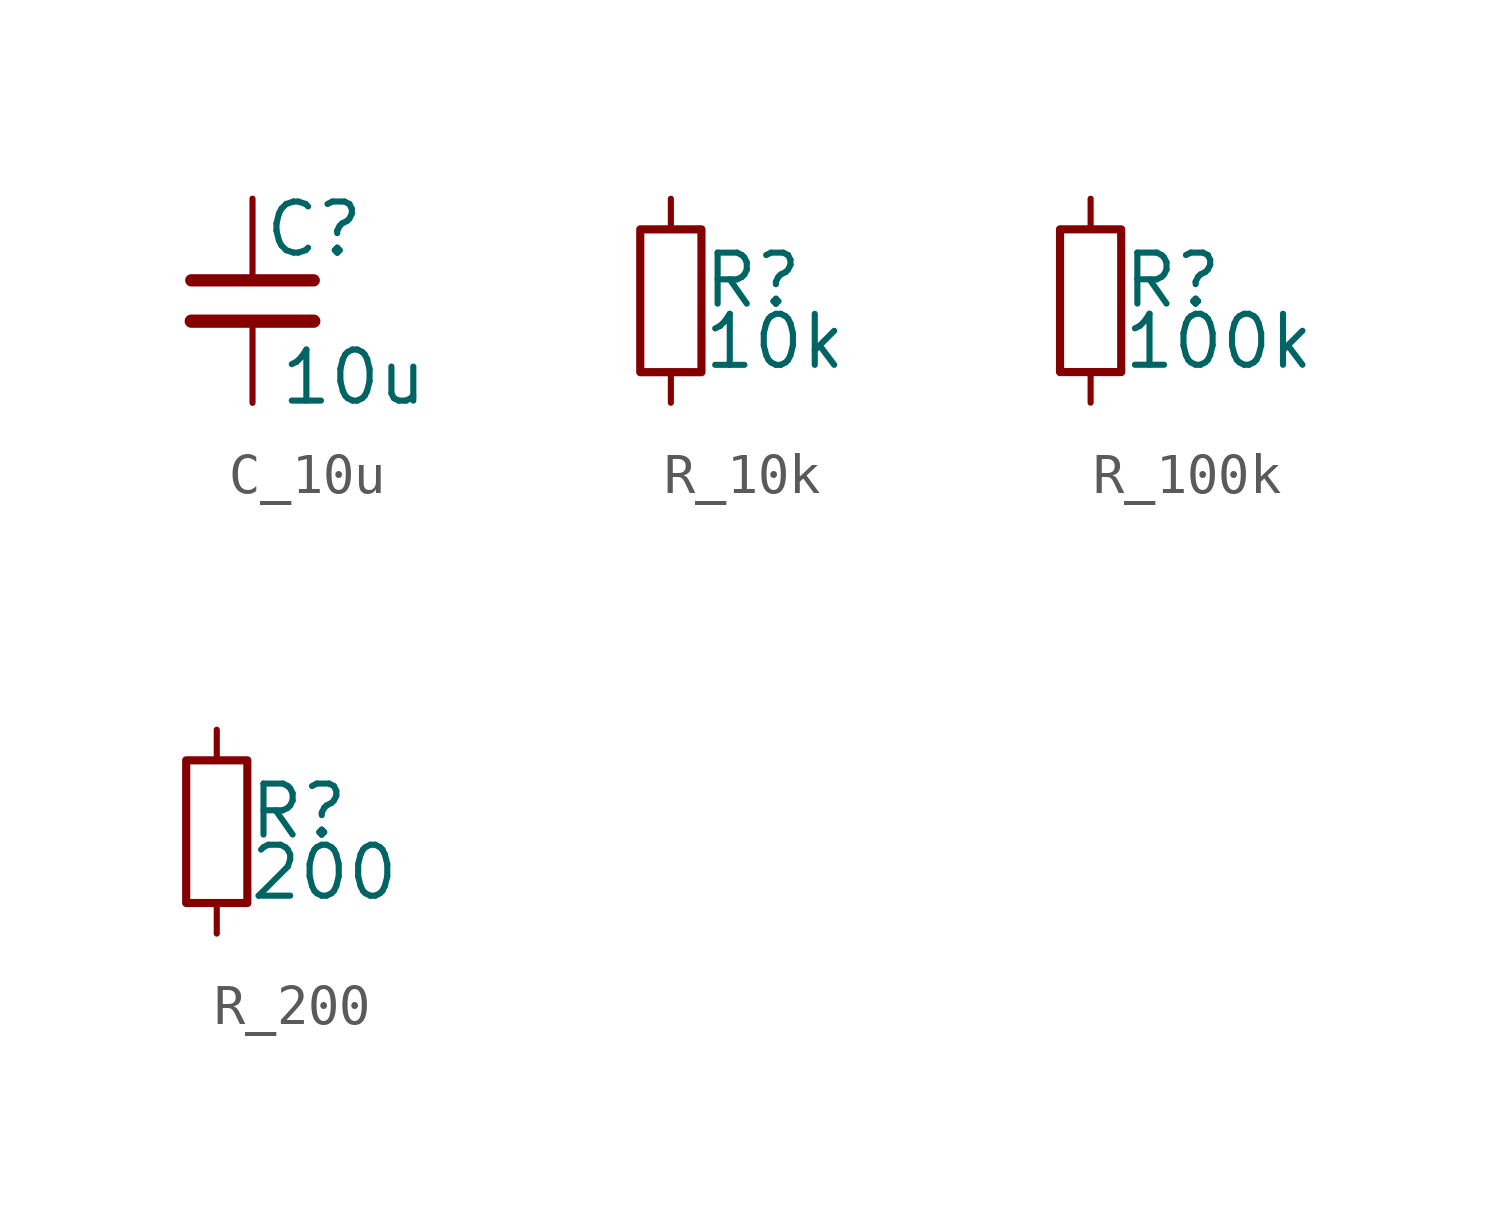
<source format=kicad_sym>
(kicad_symbol_lib
  (version 20241209)
  (generator "kicad_symbol_editor")
  (generator_version "9.0")
  (symbol "C_10u"
    (pin_numbers
      (hide yes))
    (pin_names
      (offset 0.254)
      (hide yes))
    (property "Reference" "C"
      (at 0.254 1.778 0)
      (effects (font (size 1.27 1.27)) (justify left)))
    (property "Value" "10u"
      (at 0.635 -1.905 0)
      (effects (font (size 1.27 1.27)) (justify left)))
    (symbol "C_10u_0_1"
      (polyline (pts (xy -1.524 0.508) (xy 1.524 0.508)) (stroke (width 0.305) (type default)) (fill (type none)))
      (polyline (pts (xy -1.524 -0.508) (xy 1.524 -0.508)) (stroke (width 0.33) (type default)) (fill (type none))))
    (symbol "C_10u_1_1"
      (pin passive line (at 0 2.54 270) (length 2.032) (name "~" (effects (font (size 1.27 1.27)))) (number "1" (effects (font (size 1.27 1.27)))))
      (pin passive line (at 0 -2.54 90) (length 2.032) (name "~" (effects (font (size 1.27 1.27)))) (number "2" (effects (font (size 1.27 1.27)))))))
  (symbol "R_10k"
    (pin_numbers
      (hide yes))
    (pin_names
      (offset 0.254)
      (hide yes))
    (property "Reference" "R"
      (at 0.762 0.508 0)
      (effects (font (size 1.27 1.27)) (justify left)))
    (property "Value" "10k"
      (at 0.762 -1.016 0)
      (effects (font (size 1.27 1.27)) (justify left)))
    (symbol "R_10k_0_1"
      (rectangle (start -0.762 1.778) (end 0.762 -1.778) (stroke (width 0.203) (type default)) (fill (type none))))
    (symbol "R_10k_1_1"
      (pin passive line (at 0 2.54 270) (length 0.762) (name "~" (effects (font (size 1.27 1.27)))) (number "1" (effects (font (size 1.27 1.27)))))
      (pin passive line (at 0 -2.54 90) (length 0.762) (name "~" (effects (font (size 1.27 1.27)))) (number "2" (effects (font (size 1.27 1.27)))))))
  (symbol "R_100k"
    (pin_numbers
      (hide yes))
    (pin_names
      (offset 0.254)
      (hide yes))
    (property "Reference" "R"
      (at 0.762 0.508 0)
      (effects (font (size 1.27 1.27)) (justify left)))
    (property "Value" "100k"
      (at 0.762 -1.016 0)
      (effects (font (size 1.27 1.27)) (justify left)))
    (symbol "R_100k_0_1"
      (rectangle (start -0.762 1.778) (end 0.762 -1.778) (stroke (width 0.203) (type default)) (fill (type none))))
    (symbol "R_100k_1_1"
      (pin passive line (at 0 2.54 270) (length 0.762) (name "~" (effects (font (size 1.27 1.27)))) (number "1" (effects (font (size 1.27 1.27)))))
      (pin passive line (at 0 -2.54 90) (length 0.762) (name "~" (effects (font (size 1.27 1.27)))) (number "2" (effects (font (size 1.27 1.27)))))))
  (symbol "R_200"
    (pin_numbers
      (hide yes))
    (pin_names
      (offset 0.254)
      (hide yes))
    (property "Reference" "R"
      (at 0.762 0.508 0)
      (effects (font (size 1.27 1.27)) (justify left)))
    (property "Value" "200"
      (at 0.762 -1.016 0)
      (effects (font (size 1.27 1.27)) (justify left)))
    (symbol "R_200_0_1"
      (rectangle (start -0.762 1.778) (end 0.762 -1.778) (stroke (width 0.203) (type default)) (fill (type none))))
    (symbol "R_200_1_1"
      (pin passive line (at 0 2.54 270) (length 0.762) (name "~" (effects (font (size 1.27 1.27)))) (number "1" (effects (font (size 1.27 1.27)))))
      (pin passive line (at 0 -2.54 90) (length 0.762) (name "~" (effects (font (size 1.27 1.27)))) (number "2" (effects (font (size 1.27 1.27))))))))
</source>
